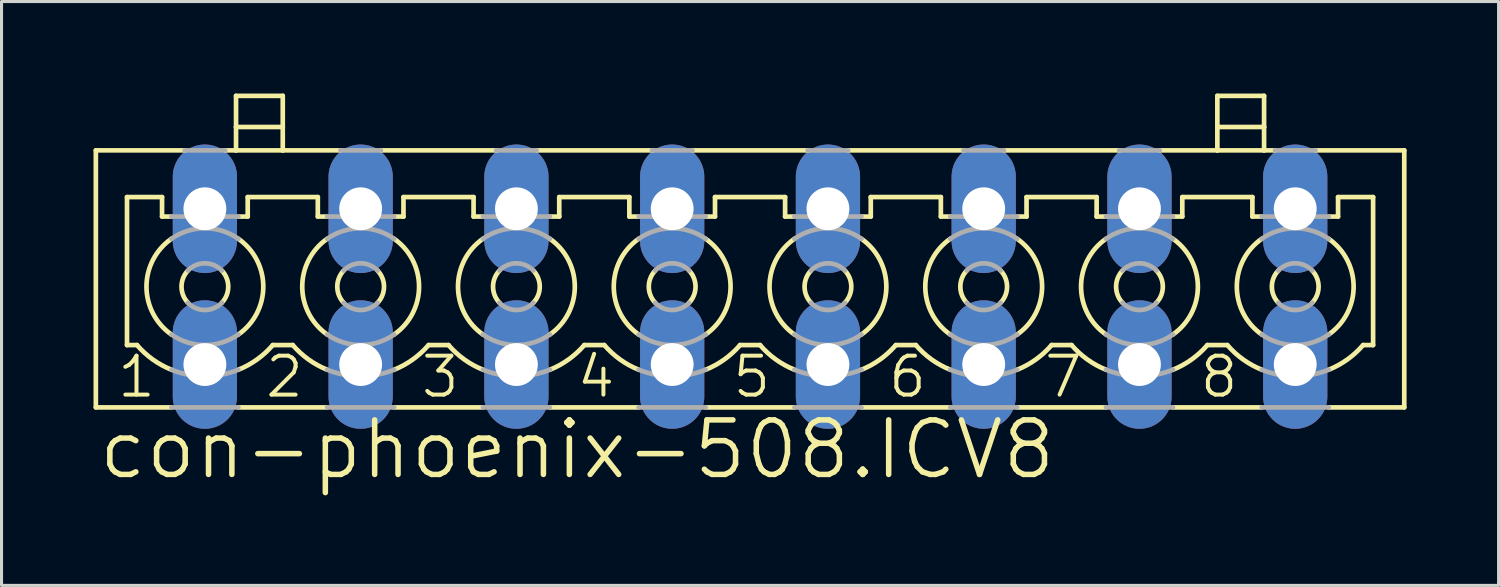
<source format=kicad_pcb>
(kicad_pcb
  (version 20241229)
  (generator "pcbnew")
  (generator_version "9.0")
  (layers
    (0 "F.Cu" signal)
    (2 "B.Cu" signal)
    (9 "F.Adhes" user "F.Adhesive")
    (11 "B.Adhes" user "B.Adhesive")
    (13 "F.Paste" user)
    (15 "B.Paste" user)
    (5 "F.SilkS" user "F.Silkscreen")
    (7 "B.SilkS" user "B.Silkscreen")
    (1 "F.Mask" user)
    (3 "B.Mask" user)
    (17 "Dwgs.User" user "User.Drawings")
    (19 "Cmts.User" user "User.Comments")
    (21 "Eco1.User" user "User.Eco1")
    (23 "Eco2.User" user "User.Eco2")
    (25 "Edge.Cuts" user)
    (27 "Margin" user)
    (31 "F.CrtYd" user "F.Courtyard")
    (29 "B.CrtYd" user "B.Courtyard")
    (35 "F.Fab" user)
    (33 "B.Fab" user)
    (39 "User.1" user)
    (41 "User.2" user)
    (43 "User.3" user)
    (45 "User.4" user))
  (footprint "con-phoenix-508.ICV8"
    (layer "F.Cu")
    (at 21.412 6.299)
    (property "Reference" "con-phoenix-508.ICV8" (at -21.336 6.35 0) (layer "F.SilkS") (effects (font (size 1.778 1.778) (thickness 0.18)) (justify left bottom)))
    (attr through_hole)
    (fp_line (start -21.336 -4.445) (end -21.336 3.937) (stroke (width 0.152) (type default)) (layer "F.SilkS"))
    (fp_line (start -21.336 -4.445) (end -18.44 -4.445) (stroke (width 0.152) (type default)) (layer "F.SilkS"))
    (fp_line (start -21.336 3.937) (end -18.872 3.937) (stroke (width 0.152) (type default)) (layer "F.SilkS"))
    (fp_line (start -20.32 -2.921) (end -20.32 1.905) (stroke (width 0.152) (type default)) (layer "F.SilkS"))
    (fp_line (start -20.32 -2.921) (end -19.177 -2.921) (stroke (width 0.152) (type default)) (layer "F.SilkS"))
    (fp_line (start -20.32 1.905) (end -19.994 1.905) (stroke (width 0.152) (type default)) (layer "F.SilkS"))
    (fp_line (start -19.177 -2.286) (end -19.177 -2.921) (stroke (width 0.152) (type default)) (layer "F.SilkS"))
    (fp_line (start -19.177 -2.286) (end -18.872 -2.286) (stroke (width 0.152) (type default)) (layer "F.SilkS"))
    (fp_line (start -17.12 -4.445) (end -16.764 -4.445) (stroke (width 0.152) (type default)) (layer "F.SilkS"))
    (fp_line (start -16.764 -5.207) (end -16.764 -6.223) (stroke (width 0.152) (type default)) (layer "F.SilkS"))
    (fp_line (start -16.764 -5.207) (end -15.24 -5.207) (stroke (width 0.152) (type default)) (layer "F.SilkS"))
    (fp_line (start -16.764 -4.445) (end -16.764 -5.207) (stroke (width 0.152) (type default)) (layer "F.SilkS"))
    (fp_line (start -16.764 -4.445) (end -15.24 -4.445) (stroke (width 0.152) (type default)) (layer "F.SilkS"))
    (fp_line (start -16.688 -2.286) (end -16.383 -2.286) (stroke (width 0.152) (type default)) (layer "F.SilkS"))
    (fp_line (start -16.688 3.937) (end -13.792 3.937) (stroke (width 0.152) (type default)) (layer "F.SilkS"))
    (fp_line (start -16.383 -2.921) (end -14.097 -2.921) (stroke (width 0.152) (type default)) (layer "F.SilkS"))
    (fp_line (start -16.383 -2.286) (end -16.383 -2.921) (stroke (width 0.152) (type default)) (layer "F.SilkS"))
    (fp_line (start -15.566 1.905) (end -14.914 1.905) (stroke (width 0.152) (type default)) (layer "F.SilkS"))
    (fp_line (start -15.24 -6.223) (end -16.764 -6.223) (stroke (width 0.152) (type default)) (layer "F.SilkS"))
    (fp_line (start -15.24 -5.207) (end -15.24 -6.223) (stroke (width 0.152) (type default)) (layer "F.SilkS"))
    (fp_line (start -15.24 -4.445) (end -15.24 -5.207) (stroke (width 0.152) (type default)) (layer "F.SilkS"))
    (fp_line (start -15.24 -4.445) (end -13.36 -4.445) (stroke (width 0.152) (type default)) (layer "F.SilkS"))
    (fp_line (start -14.097 -2.286) (end -14.097 -2.921) (stroke (width 0.152) (type default)) (layer "F.SilkS"))
    (fp_line (start -14.097 -2.286) (end -13.792 -2.286) (stroke (width 0.152) (type default)) (layer "F.SilkS"))
    (fp_line (start -12.04 -4.445) (end -8.255 -4.445) (stroke (width 0.152) (type default)) (layer "F.SilkS"))
    (fp_line (start -11.608 -2.286) (end -11.303 -2.286) (stroke (width 0.152) (type default)) (layer "F.SilkS"))
    (fp_line (start -11.608 3.937) (end -8.712 3.937) (stroke (width 0.152) (type default)) (layer "F.SilkS"))
    (fp_line (start -11.303 -2.921) (end -9.017 -2.921) (stroke (width 0.152) (type default)) (layer "F.SilkS"))
    (fp_line (start -11.303 -2.286) (end -11.303 -2.921) (stroke (width 0.152) (type default)) (layer "F.SilkS"))
    (fp_line (start -10.486 1.905) (end -9.834 1.905) (stroke (width 0.152) (type default)) (layer "F.SilkS"))
    (fp_line (start -9.017 -2.286) (end -9.017 -2.921) (stroke (width 0.152) (type default)) (layer "F.SilkS"))
    (fp_line (start -9.017 -2.286) (end -8.712 -2.286) (stroke (width 0.152) (type default)) (layer "F.SilkS"))
    (fp_line (start -6.96 -4.445) (end -3.175 -4.445) (stroke (width 0.152) (type default)) (layer "F.SilkS"))
    (fp_line (start -6.528 -2.286) (end -6.223 -2.286) (stroke (width 0.152) (type default)) (layer "F.SilkS"))
    (fp_line (start -6.528 3.937) (end -3.632 3.937) (stroke (width 0.152) (type default)) (layer "F.SilkS"))
    (fp_line (start -6.223 -2.921) (end -3.937 -2.921) (stroke (width 0.152) (type default)) (layer "F.SilkS"))
    (fp_line (start -6.223 -2.286) (end -6.223 -2.921) (stroke (width 0.152) (type default)) (layer "F.SilkS"))
    (fp_line (start -5.406 1.905) (end -4.754 1.905) (stroke (width 0.152) (type default)) (layer "F.SilkS"))
    (fp_line (start -3.937 -2.286) (end -3.937 -2.921) (stroke (width 0.152) (type default)) (layer "F.SilkS"))
    (fp_line (start -3.937 -2.286) (end -3.632 -2.286) (stroke (width 0.152) (type default)) (layer "F.SilkS"))
    (fp_line (start -1.88 -4.445) (end 1.905 -4.445) (stroke (width 0.152) (type default)) (layer "F.SilkS"))
    (fp_line (start -1.448 -2.286) (end -1.143 -2.286) (stroke (width 0.152) (type default)) (layer "F.SilkS"))
    (fp_line (start -1.448 3.937) (end 1.448 3.937) (stroke (width 0.152) (type default)) (layer "F.SilkS"))
    (fp_line (start -1.143 -2.921) (end 1.143 -2.921) (stroke (width 0.152) (type default)) (layer "F.SilkS"))
    (fp_line (start -1.143 -2.286) (end -1.143 -2.921) (stroke (width 0.152) (type default)) (layer "F.SilkS"))
    (fp_line (start -0.326 1.905) (end 0.326 1.905) (stroke (width 0.152) (type default)) (layer "F.SilkS"))
    (fp_line (start 1.143 -2.286) (end 1.143 -2.921) (stroke (width 0.152) (type default)) (layer "F.SilkS"))
    (fp_line (start 1.143 -2.286) (end 1.448 -2.286) (stroke (width 0.152) (type default)) (layer "F.SilkS"))
    (fp_line (start 3.2 -4.445) (end 6.985 -4.445) (stroke (width 0.152) (type default)) (layer "F.SilkS"))
    (fp_line (start 3.632 -2.286) (end 3.937 -2.286) (stroke (width 0.152) (type default)) (layer "F.SilkS"))
    (fp_line (start 3.632 3.937) (end 6.528 3.937) (stroke (width 0.152) (type default)) (layer "F.SilkS"))
    (fp_line (start 3.937 -2.921) (end 6.223 -2.921) (stroke (width 0.152) (type default)) (layer "F.SilkS"))
    (fp_line (start 3.937 -2.286) (end 3.937 -2.921) (stroke (width 0.152) (type default)) (layer "F.SilkS"))
    (fp_line (start 4.754 1.905) (end 5.406 1.905) (stroke (width 0.152) (type default)) (layer "F.SilkS"))
    (fp_line (start 6.223 -2.286) (end 6.223 -2.921) (stroke (width 0.152) (type default)) (layer "F.SilkS"))
    (fp_line (start 6.223 -2.286) (end 6.528 -2.286) (stroke (width 0.152) (type default)) (layer "F.SilkS"))
    (fp_line (start 8.28 -4.445) (end 12.065 -4.445) (stroke (width 0.152) (type default)) (layer "F.SilkS"))
    (fp_line (start 8.712 -2.286) (end 9.017 -2.286) (stroke (width 0.152) (type default)) (layer "F.SilkS"))
    (fp_line (start 8.712 3.937) (end 11.608 3.937) (stroke (width 0.152) (type default)) (layer "F.SilkS"))
    (fp_line (start 9.017 -2.921) (end 11.303 -2.921) (stroke (width 0.152) (type default)) (layer "F.SilkS"))
    (fp_line (start 9.017 -2.286) (end 9.017 -2.921) (stroke (width 0.152) (type default)) (layer "F.SilkS"))
    (fp_line (start 9.834 1.905) (end 10.486 1.905) (stroke (width 0.152) (type default)) (layer "F.SilkS"))
    (fp_line (start 11.303 -2.286) (end 11.303 -2.921) (stroke (width 0.152) (type default)) (layer "F.SilkS"))
    (fp_line (start 11.303 -2.286) (end 11.608 -2.286) (stroke (width 0.152) (type default)) (layer "F.SilkS"))
    (fp_line (start 13.36 -4.445) (end 15.24 -4.445) (stroke (width 0.152) (type default)) (layer "F.SilkS"))
    (fp_line (start 13.792 -2.286) (end 14.097 -2.286) (stroke (width 0.152) (type default)) (layer "F.SilkS"))
    (fp_line (start 13.792 3.937) (end 16.688 3.937) (stroke (width 0.152) (type default)) (layer "F.SilkS"))
    (fp_line (start 14.097 -2.921) (end 16.383 -2.921) (stroke (width 0.152) (type default)) (layer "F.SilkS"))
    (fp_line (start 14.097 -2.286) (end 14.097 -2.921) (stroke (width 0.152) (type default)) (layer "F.SilkS"))
    (fp_line (start 14.914 1.905) (end 15.566 1.905) (stroke (width 0.152) (type default)) (layer "F.SilkS"))
    (fp_line (start 15.24 -5.207) (end 15.24 -6.223) (stroke (width 0.152) (type default)) (layer "F.SilkS"))
    (fp_line (start 15.24 -5.207) (end 16.764 -5.207) (stroke (width 0.152) (type default)) (layer "F.SilkS"))
    (fp_line (start 15.24 -4.445) (end 15.24 -5.207) (stroke (width 0.152) (type default)) (layer "F.SilkS"))
    (fp_line (start 15.24 -4.445) (end 16.764 -4.445) (stroke (width 0.152) (type default)) (layer "F.SilkS"))
    (fp_line (start 16.383 -2.286) (end 16.383 -2.921) (stroke (width 0.152) (type default)) (layer "F.SilkS"))
    (fp_line (start 16.383 -2.286) (end 16.688 -2.286) (stroke (width 0.152) (type default)) (layer "F.SilkS"))
    (fp_line (start 16.764 -6.223) (end 15.24 -6.223) (stroke (width 0.152) (type default)) (layer "F.SilkS"))
    (fp_line (start 16.764 -5.207) (end 16.764 -6.223) (stroke (width 0.152) (type default)) (layer "F.SilkS"))
    (fp_line (start 16.764 -4.445) (end 16.764 -5.207) (stroke (width 0.152) (type default)) (layer "F.SilkS"))
    (fp_line (start 16.764 -4.445) (end 17.12 -4.445) (stroke (width 0.152) (type default)) (layer "F.SilkS"))
    (fp_line (start 18.44 -4.445) (end 21.336 -4.445) (stroke (width 0.152) (type default)) (layer "F.SilkS"))
    (fp_line (start 18.872 -2.286) (end 19.177 -2.286) (stroke (width 0.152) (type default)) (layer "F.SilkS"))
    (fp_line (start 18.872 3.937) (end 21.336 3.937) (stroke (width 0.152) (type default)) (layer "F.SilkS"))
    (fp_line (start 19.177 -2.921) (end 20.32 -2.921) (stroke (width 0.152) (type default)) (layer "F.SilkS"))
    (fp_line (start 19.177 -2.286) (end 19.177 -2.921) (stroke (width 0.152) (type default)) (layer "F.SilkS"))
    (fp_line (start 19.994 1.905) (end 20.32 1.905) (stroke (width 0.152) (type default)) (layer "F.SilkS"))
    (fp_line (start 20.32 1.905) (end 20.32 -2.921) (stroke (width 0.152) (type default)) (layer "F.SilkS"))
    (fp_line (start 21.336 -4.445) (end 21.336 3.937) (stroke (width 0.152) (type default)) (layer "F.SilkS"))
    (fp_arc (start -18.8722 1.5608) (mid -19.684993 0) (end -18.8722 -1.5608) (stroke (width 0.1524) (type default)) (layer "F.SilkS"))
    (fp_arc (start -18.8718 2.7092) (mid -19.481094 2.374351) (end -19.994 1.905) (stroke (width 0.1524) (type default)) (layer "F.SilkS"))
    (fp_arc (start -18.3314 0.526) (mid -18.542049 0) (end -18.3314 -0.526) (stroke (width 0.1524) (type default)) (layer "F.SilkS"))
    (fp_arc (start -17.2286 -0.526) (mid -17.017951 0) (end -17.2286 0.526) (stroke (width 0.1524) (type default)) (layer "F.SilkS"))
    (fp_arc (start -16.6878 -1.5608) (mid -15.875007 0) (end -16.6878 1.5608) (stroke (width 0.1524) (type default)) (layer "F.SilkS"))
    (fp_arc (start -15.5655 1.9051) (mid -16.078459 2.374412) (end -16.6878 2.7092) (stroke (width 0.1524) (type default)) (layer "F.SilkS"))
    (fp_arc (start -13.7922 1.5608) (mid -14.604993 0) (end -13.7922 -1.5608) (stroke (width 0.1524) (type default)) (layer "F.SilkS"))
    (fp_arc (start -13.7918 2.7092) (mid -14.401094 2.374351) (end -14.914 1.905) (stroke (width 0.1524) (type default)) (layer "F.SilkS"))
    (fp_arc (start -13.2514 0.526) (mid -13.462049 0) (end -13.2514 -0.526) (stroke (width 0.1524) (type default)) (layer "F.SilkS"))
    (fp_arc (start -12.1486 -0.526) (mid -11.937951 0) (end -12.1486 0.526) (stroke (width 0.1524) (type default)) (layer "F.SilkS"))
    (fp_arc (start -11.6078 -1.5608) (mid -10.795007 0) (end -11.6078 1.5608) (stroke (width 0.1524) (type default)) (layer "F.SilkS"))
    (fp_arc (start -10.4855 1.9051) (mid -10.998459 2.374412) (end -11.6078 2.7092) (stroke (width 0.1524) (type default)) (layer "F.SilkS"))
    (fp_arc (start -8.7122 1.5608) (mid -9.524993 0) (end -8.7122 -1.5608) (stroke (width 0.1524) (type default)) (layer "F.SilkS"))
    (fp_arc (start -8.7118 2.7092) (mid -9.321094 2.374351) (end -9.834 1.905) (stroke (width 0.1524) (type default)) (layer "F.SilkS"))
    (fp_arc (start -8.1714 0.526) (mid -8.382049 0) (end -8.1714 -0.526) (stroke (width 0.1524) (type default)) (layer "F.SilkS"))
    (fp_arc (start -7.0686 -0.526) (mid -6.857951 0) (end -7.0686 0.526) (stroke (width 0.1524) (type default)) (layer "F.SilkS"))
    (fp_arc (start -6.5278 -1.5608) (mid -5.715007 0) (end -6.5278 1.5608) (stroke (width 0.1524) (type default)) (layer "F.SilkS"))
    (fp_arc (start -5.4055 1.9051) (mid -5.918459 2.374412) (end -6.5278 2.7092) (stroke (width 0.1524) (type default)) (layer "F.SilkS"))
    (fp_arc (start -3.6322 1.5608) (mid -4.444993 0) (end -3.6322 -1.5608) (stroke (width 0.1524) (type default)) (layer "F.SilkS"))
    (fp_arc (start -3.6318 2.7092) (mid -4.241094 2.374351) (end -4.754 1.905) (stroke (width 0.1524) (type default)) (layer "F.SilkS"))
    (fp_arc (start -3.0914 0.526) (mid -3.302049 0) (end -3.0914 -0.526) (stroke (width 0.1524) (type default)) (layer "F.SilkS"))
    (fp_arc (start -1.9886 -0.526) (mid -1.777951 0) (end -1.9886 0.526) (stroke (width 0.1524) (type default)) (layer "F.SilkS"))
    (fp_arc (start -1.4478 -1.5608) (mid -0.635007 0) (end -1.4478 1.5608) (stroke (width 0.1524) (type default)) (layer "F.SilkS"))
    (fp_arc (start -0.3255 1.9051) (mid -0.838459 2.374412) (end -1.4478 2.7092) (stroke (width 0.1524) (type default)) (layer "F.SilkS"))
    (fp_arc (start 1.4478 1.5608) (mid 0.635007 0) (end 1.4478 -1.5608) (stroke (width 0.1524) (type default)) (layer "F.SilkS"))
    (fp_arc (start 1.4482 2.709) (mid 0.838916 2.374254) (end 0.326 1.905) (stroke (width 0.1524) (type default)) (layer "F.SilkS"))
    (fp_arc (start 1.9886 0.526) (mid 1.777951 0) (end 1.9886 -0.526) (stroke (width 0.1524) (type default)) (layer "F.SilkS"))
    (fp_arc (start 3.0914 -0.526) (mid 3.302049 0) (end 3.0914 0.526) (stroke (width 0.1524) (type default)) (layer "F.SilkS"))
    (fp_arc (start 3.6322 -1.5608) (mid 4.444993 0) (end 3.6322 1.5608) (stroke (width 0.1524) (type default)) (layer "F.SilkS"))
    (fp_arc (start 4.754 1.905) (mid 4.241094 2.374351) (end 3.6318 2.7092) (stroke (width 0.1524) (type default)) (layer "F.SilkS"))
    (fp_arc (start 6.5278 1.5608) (mid 5.715007 0) (end 6.5278 -1.5608) (stroke (width 0.1524) (type default)) (layer "F.SilkS"))
    (fp_arc (start 6.5282 2.709) (mid 5.918916 2.374254) (end 5.406 1.905) (stroke (width 0.1524) (type default)) (layer "F.SilkS"))
    (fp_arc (start 7.0686 0.526) (mid 6.857951 0) (end 7.0686 -0.526) (stroke (width 0.1524) (type default)) (layer "F.SilkS"))
    (fp_arc (start 8.1714 -0.526) (mid 8.382049 0) (end 8.1714 0.526) (stroke (width 0.1524) (type default)) (layer "F.SilkS"))
    (fp_arc (start 8.7122 -1.5608) (mid 9.524993 0) (end 8.7122 1.5608) (stroke (width 0.1524) (type default)) (layer "F.SilkS"))
    (fp_arc (start 9.834 1.905) (mid 9.321094 2.374351) (end 8.7118 2.7092) (stroke (width 0.1524) (type default)) (layer "F.SilkS"))
    (fp_arc (start 11.6078 1.5608) (mid 10.795007 0) (end 11.6078 -1.5608) (stroke (width 0.1524) (type default)) (layer "F.SilkS"))
    (fp_arc (start 11.6082 2.709) (mid 10.998916 2.374254) (end 10.486 1.905) (stroke (width 0.1524) (type default)) (layer "F.SilkS"))
    (fp_arc (start 12.1486 0.526) (mid 11.937951 0) (end 12.1486 -0.526) (stroke (width 0.1524) (type default)) (layer "F.SilkS"))
    (fp_arc (start 13.2514 -0.526) (mid 13.462049 0) (end 13.2514 0.526) (stroke (width 0.1524) (type default)) (layer "F.SilkS"))
    (fp_arc (start 13.7922 -1.5608) (mid 14.604993 0) (end 13.7922 1.5608) (stroke (width 0.1524) (type default)) (layer "F.SilkS"))
    (fp_arc (start 14.914 1.905) (mid 14.401094 2.374351) (end 13.7918 2.7092) (stroke (width 0.1524) (type default)) (layer "F.SilkS"))
    (fp_arc (start 16.6878 1.5608) (mid 15.875007 0) (end 16.6878 -1.5608) (stroke (width 0.1524) (type default)) (layer "F.SilkS"))
    (fp_arc (start 16.6882 2.709) (mid 16.078916 2.374254) (end 15.566 1.905) (stroke (width 0.1524) (type default)) (layer "F.SilkS"))
    (fp_arc (start 17.2286 0.526) (mid 17.017951 0) (end 17.2286 -0.526) (stroke (width 0.1524) (type default)) (layer "F.SilkS"))
    (fp_arc (start 18.3314 -0.526) (mid 18.542049 0) (end 18.3314 0.526) (stroke (width 0.1524) (type default)) (layer "F.SilkS"))
    (fp_arc (start 18.8722 -1.5608) (mid 19.684993 0) (end 18.8722 1.5608) (stroke (width 0.1524) (type default)) (layer "F.SilkS"))
    (fp_arc (start 19.994 1.905) (mid 19.481094 2.374351) (end 18.8718 2.7092) (stroke (width 0.1524) (type default)) (layer "F.SilkS"))
    (fp_line (start -18.872 -2.286) (end -16.688 -2.286) (stroke (width 0.152) (type default)) (layer "F.Fab"))
    (fp_line (start -18.872 3.937) (end -16.688 3.937) (stroke (width 0.152) (type default)) (layer "F.Fab"))
    (fp_line (start -18.44 -4.445) (end -17.12 -4.445) (stroke (width 0.152) (type default)) (layer "F.Fab"))
    (fp_line (start -13.792 -2.286) (end -11.608 -2.286) (stroke (width 0.152) (type default)) (layer "F.Fab"))
    (fp_line (start -13.792 3.937) (end -11.608 3.937) (stroke (width 0.152) (type default)) (layer "F.Fab"))
    (fp_line (start -13.36 -4.445) (end -12.04 -4.445) (stroke (width 0.152) (type default)) (layer "F.Fab"))
    (fp_line (start -8.712 -2.286) (end -6.528 -2.286) (stroke (width 0.152) (type default)) (layer "F.Fab"))
    (fp_line (start -8.712 3.937) (end -6.528 3.937) (stroke (width 0.152) (type default)) (layer "F.Fab"))
    (fp_line (start -8.28 -4.445) (end -6.96 -4.445) (stroke (width 0.152) (type default)) (layer "F.Fab"))
    (fp_line (start -3.632 -2.286) (end -1.448 -2.286) (stroke (width 0.152) (type default)) (layer "F.Fab"))
    (fp_line (start -3.632 3.937) (end -1.448 3.937) (stroke (width 0.152) (type default)) (layer "F.Fab"))
    (fp_line (start -3.2 -4.445) (end -1.88 -4.445) (stroke (width 0.152) (type default)) (layer "F.Fab"))
    (fp_line (start 1.448 -2.286) (end 3.632 -2.286) (stroke (width 0.152) (type default)) (layer "F.Fab"))
    (fp_line (start 1.448 3.937) (end 3.632 3.937) (stroke (width 0.152) (type default)) (layer "F.Fab"))
    (fp_line (start 1.88 -4.445) (end 3.2 -4.445) (stroke (width 0.152) (type default)) (layer "F.Fab"))
    (fp_line (start 6.528 -2.286) (end 8.712 -2.286) (stroke (width 0.152) (type default)) (layer "F.Fab"))
    (fp_line (start 6.528 3.937) (end 8.712 3.937) (stroke (width 0.152) (type default)) (layer "F.Fab"))
    (fp_line (start 6.96 -4.445) (end 8.28 -4.445) (stroke (width 0.152) (type default)) (layer "F.Fab"))
    (fp_line (start 11.608 -2.286) (end 13.792 -2.286) (stroke (width 0.152) (type default)) (layer "F.Fab"))
    (fp_line (start 11.608 3.937) (end 13.792 3.937) (stroke (width 0.152) (type default)) (layer "F.Fab"))
    (fp_line (start 12.04 -4.445) (end 13.36 -4.445) (stroke (width 0.152) (type default)) (layer "F.Fab"))
    (fp_line (start 16.688 -2.286) (end 18.872 -2.286) (stroke (width 0.152) (type default)) (layer "F.Fab"))
    (fp_line (start 16.688 3.937) (end 18.872 3.937) (stroke (width 0.152) (type default)) (layer "F.Fab"))
    (fp_line (start 17.12 -4.445) (end 18.44 -4.445) (stroke (width 0.152) (type default)) (layer "F.Fab"))
    (fp_arc (start -18.8722 -1.5608) (mid -17.78 -1.904993) (end -16.6878 -1.5608) (stroke (width 0.1524) (type default)) (layer "F.Fab"))
    (fp_arc (start -18.3314 -0.526) (mid -17.78 -0.762049) (end -17.2286 -0.526) (stroke (width 0.1524) (type default)) (layer "F.Fab"))
    (fp_arc (start -17.2286 0.526) (mid -17.78 0.762049) (end -18.3314 0.526) (stroke (width 0.1524) (type default)) (layer "F.Fab"))
    (fp_arc (start -16.6878 1.5608) (mid -17.78 1.904993) (end -18.8722 1.5608) (stroke (width 0.1524) (type default)) (layer "F.Fab"))
    (fp_arc (start -16.6878 2.7092) (mid -17.78 2.921073) (end -18.8722 2.7092) (stroke (width 0.1524) (type default)) (layer "F.Fab"))
    (fp_arc (start -13.7922 -1.5608) (mid -12.7 -1.904993) (end -11.6078 -1.5608) (stroke (width 0.1524) (type default)) (layer "F.Fab"))
    (fp_arc (start -13.2514 -0.526) (mid -12.7 -0.762049) (end -12.1486 -0.526) (stroke (width 0.1524) (type default)) (layer "F.Fab"))
    (fp_arc (start -12.1486 0.526) (mid -12.7 0.762049) (end -13.2514 0.526) (stroke (width 0.1524) (type default)) (layer "F.Fab"))
    (fp_arc (start -11.6078 1.5608) (mid -12.7 1.904993) (end -13.7922 1.5608) (stroke (width 0.1524) (type default)) (layer "F.Fab"))
    (fp_arc (start -11.6078 2.7092) (mid -12.7 2.921073) (end -13.7922 2.7092) (stroke (width 0.1524) (type default)) (layer "F.Fab"))
    (fp_arc (start -8.7122 -1.5608) (mid -7.62 -1.904993) (end -6.5278 -1.5608) (stroke (width 0.1524) (type default)) (layer "F.Fab"))
    (fp_arc (start -8.1714 -0.526) (mid -7.62 -0.762049) (end -7.0686 -0.526) (stroke (width 0.1524) (type default)) (layer "F.Fab"))
    (fp_arc (start -7.0686 0.526) (mid -7.62 0.762049) (end -8.1714 0.526) (stroke (width 0.1524) (type default)) (layer "F.Fab"))
    (fp_arc (start -6.5278 1.5608) (mid -7.62 1.904993) (end -8.7122 1.5608) (stroke (width 0.1524) (type default)) (layer "F.Fab"))
    (fp_arc (start -6.5278 2.7092) (mid -7.62 2.921073) (end -8.7122 2.7092) (stroke (width 0.1524) (type default)) (layer "F.Fab"))
    (fp_arc (start -3.6322 -1.5608) (mid -2.54 -1.904993) (end -1.4478 -1.5608) (stroke (width 0.1524) (type default)) (layer "F.Fab"))
    (fp_arc (start -3.0914 -0.526) (mid -2.54 -0.762049) (end -1.9886 -0.526) (stroke (width 0.1524) (type default)) (layer "F.Fab"))
    (fp_arc (start -1.9886 0.526) (mid -2.54 0.762049) (end -3.0914 0.526) (stroke (width 0.1524) (type default)) (layer "F.Fab"))
    (fp_arc (start -1.4478 1.5608) (mid -2.54 1.904993) (end -3.6322 1.5608) (stroke (width 0.1524) (type default)) (layer "F.Fab"))
    (fp_arc (start -1.4478 2.7092) (mid -2.54 2.921073) (end -3.6322 2.7092) (stroke (width 0.1524) (type default)) (layer "F.Fab"))
    (fp_arc (start 1.4478 -1.5608) (mid 2.54 -1.904993) (end 3.6322 -1.5608) (stroke (width 0.1524) (type default)) (layer "F.Fab"))
    (fp_arc (start 1.9886 -0.526) (mid 2.54 -0.762049) (end 3.0914 -0.526) (stroke (width 0.1524) (type default)) (layer "F.Fab"))
    (fp_arc (start 3.0914 0.526) (mid 2.54 0.762049) (end 1.9886 0.526) (stroke (width 0.1524) (type default)) (layer "F.Fab"))
    (fp_arc (start 3.6322 1.5608) (mid 2.54 1.904993) (end 1.4478 1.5608) (stroke (width 0.1524) (type default)) (layer "F.Fab"))
    (fp_arc (start 3.6322 2.7092) (mid 2.54 2.921073) (end 1.4478 2.7092) (stroke (width 0.1524) (type default)) (layer "F.Fab"))
    (fp_arc (start 6.5278 -1.5608) (mid 7.62 -1.904993) (end 8.7122 -1.5608) (stroke (width 0.1524) (type default)) (layer "F.Fab"))
    (fp_arc (start 7.0686 -0.526) (mid 7.62 -0.762049) (end 8.1714 -0.526) (stroke (width 0.1524) (type default)) (layer "F.Fab"))
    (fp_arc (start 8.1714 0.526) (mid 7.62 0.762049) (end 7.0686 0.526) (stroke (width 0.1524) (type default)) (layer "F.Fab"))
    (fp_arc (start 8.7122 1.5608) (mid 7.62 1.904993) (end 6.5278 1.5608) (stroke (width 0.1524) (type default)) (layer "F.Fab"))
    (fp_arc (start 8.7122 2.7092) (mid 7.62 2.921073) (end 6.5278 2.7092) (stroke (width 0.1524) (type default)) (layer "F.Fab"))
    (fp_arc (start 11.6078 -1.5608) (mid 12.7 -1.904993) (end 13.7922 -1.5608) (stroke (width 0.1524) (type default)) (layer "F.Fab"))
    (fp_arc (start 12.1486 -0.526) (mid 12.7 -0.762049) (end 13.2514 -0.526) (stroke (width 0.1524) (type default)) (layer "F.Fab"))
    (fp_arc (start 13.2514 0.526) (mid 12.7 0.762049) (end 12.1486 0.526) (stroke (width 0.1524) (type default)) (layer "F.Fab"))
    (fp_arc (start 13.7922 1.5608) (mid 12.7 1.904993) (end 11.6078 1.5608) (stroke (width 0.1524) (type default)) (layer "F.Fab"))
    (fp_arc (start 13.7922 2.7092) (mid 12.7 2.921073) (end 11.6078 2.7092) (stroke (width 0.1524) (type default)) (layer "F.Fab"))
    (fp_arc (start 16.6878 -1.5608) (mid 17.78 -1.904993) (end 18.8722 -1.5608) (stroke (width 0.1524) (type default)) (layer "F.Fab"))
    (fp_arc (start 17.2286 -0.526) (mid 17.78 -0.762049) (end 18.3314 -0.526) (stroke (width 0.1524) (type default)) (layer "F.Fab"))
    (fp_arc (start 18.3314 0.526) (mid 17.78 0.762049) (end 17.2286 0.526) (stroke (width 0.1524) (type default)) (layer "F.Fab"))
    (fp_arc (start 18.8722 1.5608) (mid 17.78 1.904993) (end 16.6878 1.5608) (stroke (width 0.1524) (type default)) (layer "F.Fab"))
    (fp_arc (start 18.8722 2.7092) (mid 17.78 2.921073) (end 16.6878 2.7092) (stroke (width 0.1524) (type default)) (layer "F.Fab"))
    (fp_text user "7" (at 9.525 3.683 0) (layer "F.SilkS") (effects (font (size 1.27 1.27) (thickness 0.13)) (justify left bottom)))
    (fp_text user "4" (at -5.715 3.683 0) (layer "F.SilkS") (effects (font (size 1.27 1.27) (thickness 0.13)) (justify left bottom)))
    (fp_text user "1" (at -20.701 3.683 0) (layer "F.SilkS") (effects (font (size 1.27 1.27) (thickness 0.13)) (justify left bottom)))
    (fp_text user "3" (at -10.795 3.683 0) (layer "F.SilkS") (effects (font (size 1.27 1.27) (thickness 0.13)) (justify left bottom)))
    (fp_text user "6" (at 4.445 3.683 0) (layer "F.SilkS") (effects (font (size 1.27 1.27) (thickness 0.13)) (justify left bottom)))
    (fp_text user "5" (at -0.635 3.683 0) (layer "F.SilkS") (effects (font (size 1.27 1.27) (thickness 0.13)) (justify left bottom)))
    (fp_text user "2" (at -15.875 3.683 0) (layer "F.SilkS") (effects (font (size 1.27 1.27) (thickness 0.13)) (justify left bottom)))
    (fp_text user "8" (at 14.605 3.683 0) (layer "F.SilkS") (effects (font (size 1.27 1.27) (thickness 0.13)) (justify left bottom)))
    (pad "1" thru_hole oval (at -17.78 -2.54 90) (size 4.191 2.095) (drill 1.397) (layers "*.Cu" "*.Mask"))
    (pad "1A" thru_hole oval (at -17.78 2.54 90) (size 4.191 2.095) (drill 1.397) (layers "*.Cu" "*.Mask"))
    (pad "2" thru_hole oval (at -12.7 -2.54 90) (size 4.191 2.095) (drill 1.397) (layers "*.Cu" "*.Mask"))
    (pad "2A" thru_hole oval (at -12.7 2.54 90) (size 4.191 2.095) (drill 1.397) (layers "*.Cu" "*.Mask"))
    (pad "3" thru_hole oval (at -7.62 -2.54 90) (size 4.191 2.095) (drill 1.397) (layers "*.Cu" "*.Mask"))
    (pad "3A" thru_hole oval (at -7.62 2.54 90) (size 4.191 2.095) (drill 1.397) (layers "*.Cu" "*.Mask"))
    (pad "4" thru_hole oval (at -2.54 -2.54 90) (size 4.191 2.095) (drill 1.397) (layers "*.Cu" "*.Mask"))
    (pad "4A" thru_hole oval (at -2.54 2.54 90) (size 4.191 2.095) (drill 1.397) (layers "*.Cu" "*.Mask"))
    (pad "5" thru_hole oval (at 2.54 -2.54 90) (size 4.191 2.095) (drill 1.397) (layers "*.Cu" "*.Mask"))
    (pad "5A" thru_hole oval (at 2.54 2.54 90) (size 4.191 2.095) (drill 1.397) (layers "*.Cu" "*.Mask"))
    (pad "6" thru_hole oval (at 7.62 -2.54 90) (size 4.191 2.095) (drill 1.397) (layers "*.Cu" "*.Mask"))
    (pad "6A" thru_hole oval (at 7.62 2.54 90) (size 4.191 2.095) (drill 1.397) (layers "*.Cu" "*.Mask"))
    (pad "7" thru_hole oval (at 12.7 -2.54 90) (size 4.191 2.095) (drill 1.397) (layers "*.Cu" "*.Mask"))
    (pad "7A" thru_hole oval (at 12.7 2.54 90) (size 4.191 2.095) (drill 1.397) (layers "*.Cu" "*.Mask"))
    (pad "8" thru_hole oval (at 17.78 -2.54 90) (size 4.191 2.095) (drill 1.397) (layers "*.Cu" "*.Mask"))
    (pad "8A" thru_hole oval (at 17.78 2.54 90) (size 4.191 2.095) (drill 1.397) (layers "*.Cu" "*.Mask")))
  (gr_rect
    (start -3 -3)
    (end 45.824 16.043)
    (stroke (width 0.1) (type default))
    (fill no)
    (layer "Edge.Cuts")))
</source>
